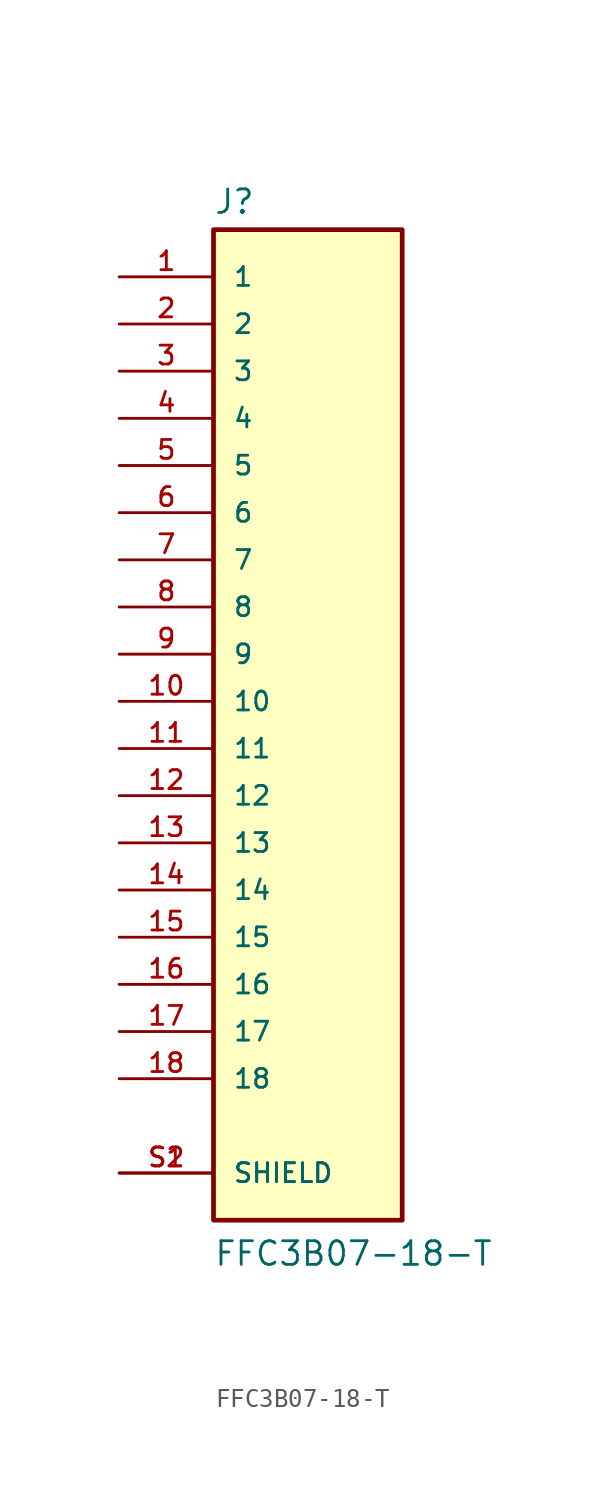
<source format=kicad_sym>
(kicad_symbol_lib
  (version 20211014)
  (generator kicad_symbol_editor)
  (symbol "FFC3B07-18-T"
    (pin_names
      (offset 1.016))
    (property "Reference" "J"
      (at -5.08 26.162 0)
      (effects (font (size 1.27 1.27)) (justify bottom left)))
    (property "Value" "FFC3B07-18-T"
      (at -5.08 -30.48 0)
      (effects (font (size 1.27 1.27)) (justify bottom left)))
    (symbol "FFC3B07-18-T_0_0"
      (rectangle (start -5.08 -27.94) (end 5.08 25.4) (stroke (width 0.254)) (fill (type background)))
      (pin passive line (at -10.16 22.86 0) (length 5.08) (name "1" (effects (font (size 1.016 1.016)))) (number "1" (effects (font (size 1.016 1.016)))))
      (pin passive line (at -10.16 20.32 0) (length 5.08) (name "2" (effects (font (size 1.016 1.016)))) (number "2" (effects (font (size 1.016 1.016)))))
      (pin passive line (at -10.16 17.78 0) (length 5.08) (name "3" (effects (font (size 1.016 1.016)))) (number "3" (effects (font (size 1.016 1.016)))))
      (pin passive line (at -10.16 15.24 0) (length 5.08) (name "4" (effects (font (size 1.016 1.016)))) (number "4" (effects (font (size 1.016 1.016)))))
      (pin passive line (at -10.16 -25.4 0) (length 5.08) (name "SHIELD" (effects (font (size 1.016 1.016)))) (number "S1" (effects (font (size 1.016 1.016)))))
      (pin passive line (at -10.16 -25.4 0) (length 5.08) (name "SHIELD" (effects (font (size 1.016 1.016)))) (number "S2" (effects (font (size 1.016 1.016)))))
      (pin passive line (at -10.16 12.7 0) (length 5.08) (name "5" (effects (font (size 1.016 1.016)))) (number "5" (effects (font (size 1.016 1.016)))))
      (pin passive line (at -10.16 10.16 0) (length 5.08) (name "6" (effects (font (size 1.016 1.016)))) (number "6" (effects (font (size 1.016 1.016)))))
      (pin passive line (at -10.16 7.62 0) (length 5.08) (name "7" (effects (font (size 1.016 1.016)))) (number "7" (effects (font (size 1.016 1.016)))))
      (pin passive line (at -10.16 5.08 0) (length 5.08) (name "8" (effects (font (size 1.016 1.016)))) (number "8" (effects (font (size 1.016 1.016)))))
      (pin passive line (at -10.16 2.54 0) (length 5.08) (name "9" (effects (font (size 1.016 1.016)))) (number "9" (effects (font (size 1.016 1.016)))))
      (pin passive line (at -10.16 0.0 0) (length 5.08) (name "10" (effects (font (size 1.016 1.016)))) (number "10" (effects (font (size 1.016 1.016)))))
      (pin passive line (at -10.16 -2.54 0) (length 5.08) (name "11" (effects (font (size 1.016 1.016)))) (number "11" (effects (font (size 1.016 1.016)))))
      (pin passive line (at -10.16 -5.08 0) (length 5.08) (name "12" (effects (font (size 1.016 1.016)))) (number "12" (effects (font (size 1.016 1.016)))))
      (pin passive line (at -10.16 -7.62 0) (length 5.08) (name "13" (effects (font (size 1.016 1.016)))) (number "13" (effects (font (size 1.016 1.016)))))
      (pin passive line (at -10.16 -10.16 0) (length 5.08) (name "14" (effects (font (size 1.016 1.016)))) (number "14" (effects (font (size 1.016 1.016)))))
      (pin passive line (at -10.16 -12.7 0) (length 5.08) (name "15" (effects (font (size 1.016 1.016)))) (number "15" (effects (font (size 1.016 1.016)))))
      (pin passive line (at -10.16 -15.24 0) (length 5.08) (name "16" (effects (font (size 1.016 1.016)))) (number "16" (effects (font (size 1.016 1.016)))))
      (pin passive line (at -10.16 -17.78 0) (length 5.08) (name "17" (effects (font (size 1.016 1.016)))) (number "17" (effects (font (size 1.016 1.016)))))
      (pin passive line (at -10.16 -20.32 0) (length 5.08) (name "18" (effects (font (size 1.016 1.016)))) (number "18" (effects (font (size 1.016 1.016))))))))
</source>
